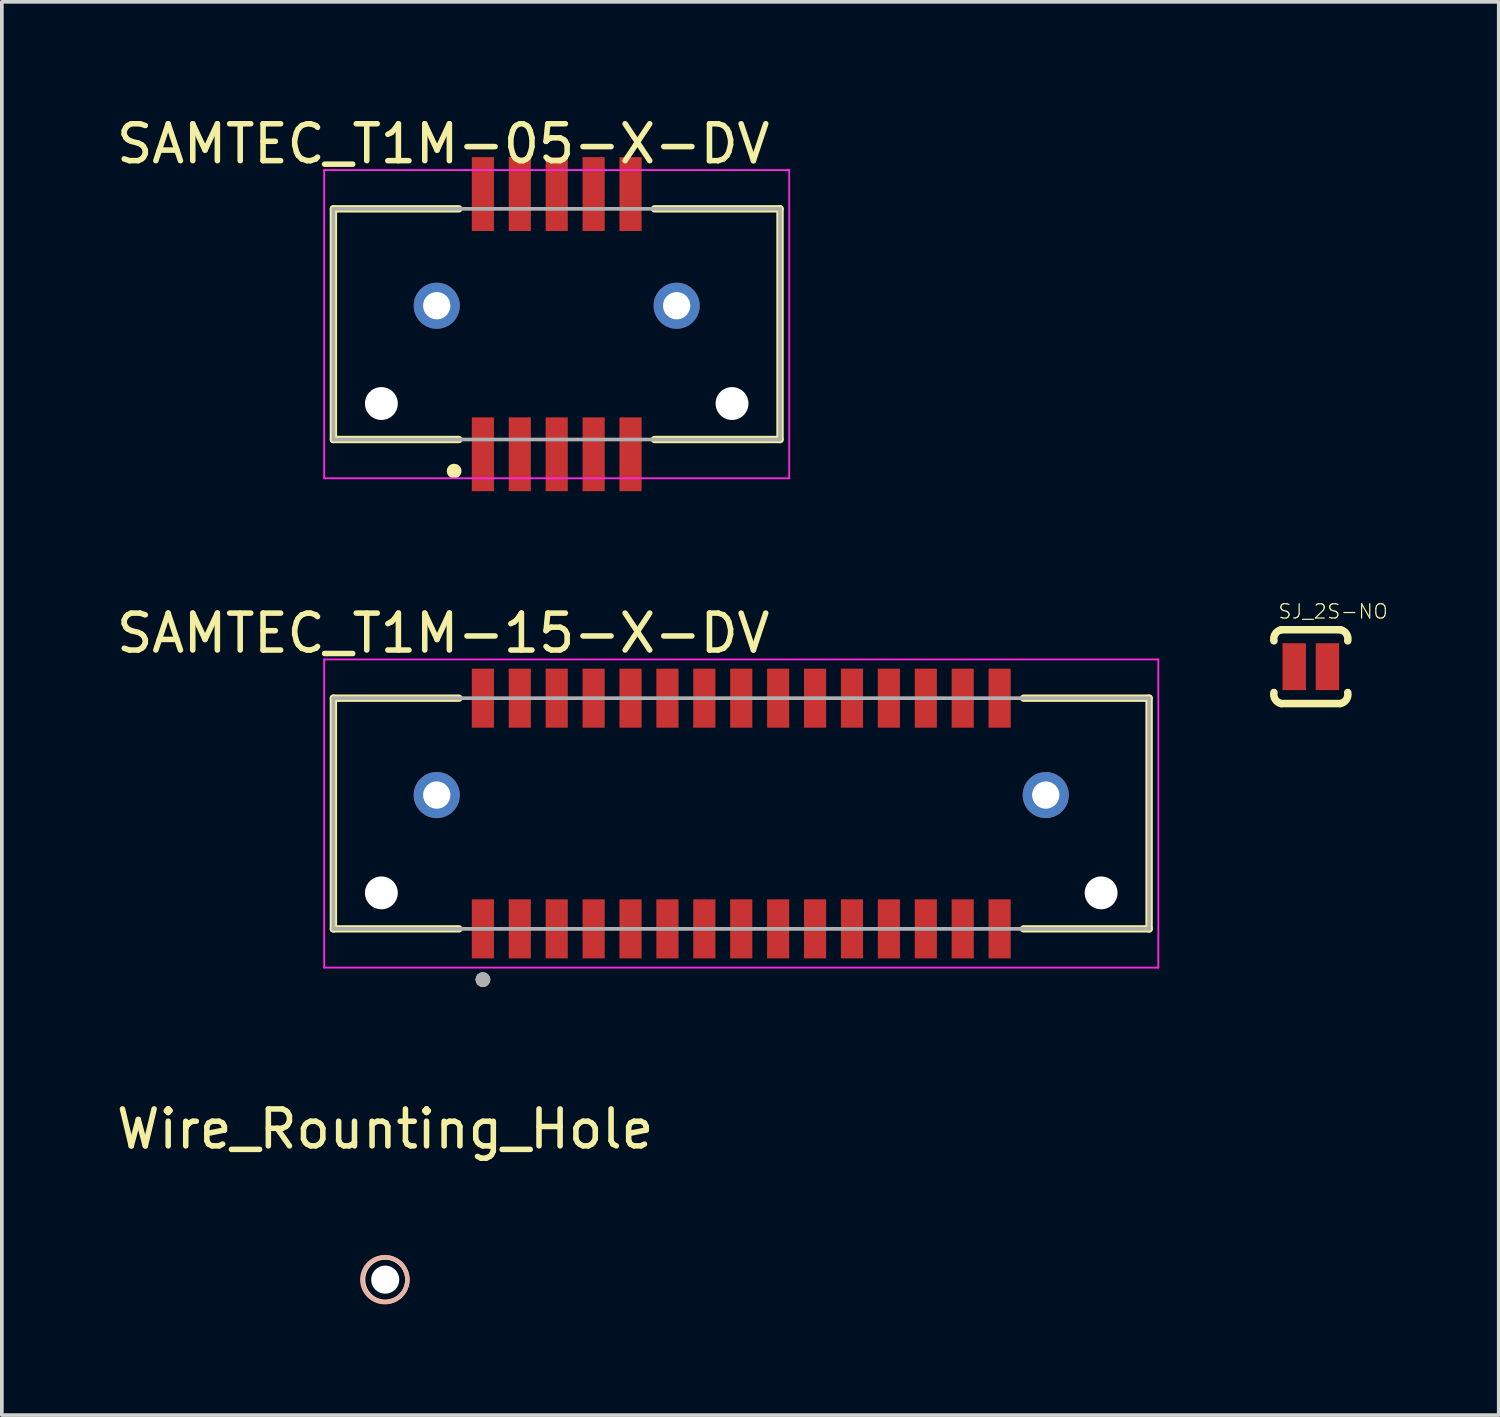
<source format=kicad_pcb>
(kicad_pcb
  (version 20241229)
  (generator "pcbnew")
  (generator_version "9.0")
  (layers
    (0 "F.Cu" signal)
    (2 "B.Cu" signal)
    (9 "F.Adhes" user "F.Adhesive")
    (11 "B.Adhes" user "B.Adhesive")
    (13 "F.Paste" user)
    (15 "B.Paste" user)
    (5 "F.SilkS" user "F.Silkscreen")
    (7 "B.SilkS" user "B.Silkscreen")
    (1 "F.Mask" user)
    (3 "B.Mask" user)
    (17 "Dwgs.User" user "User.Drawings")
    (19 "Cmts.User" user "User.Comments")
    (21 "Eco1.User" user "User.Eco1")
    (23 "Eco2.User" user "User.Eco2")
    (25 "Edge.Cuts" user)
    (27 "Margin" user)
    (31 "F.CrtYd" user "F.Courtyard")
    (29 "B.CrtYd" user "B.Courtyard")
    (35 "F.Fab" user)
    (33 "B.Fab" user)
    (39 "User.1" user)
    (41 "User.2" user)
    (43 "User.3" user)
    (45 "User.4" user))
  (footprint "SAMTEC_T1M-05-X-DV"
    (layer "F.Cu")
    (at 12.033 5.733)
    (property "Reference" "SAMTEC_T1M-05-X-DV" (at -3.075 -4.885 0) (layer "F.SilkS") (effects (font (size 1 1) (thickness 0.15))))
    (attr through_hole)
    (fp_line (start -6.05 -3.125) (end -2.65 -3.125) (stroke (width 0.2) (type solid)) (layer "F.SilkS"))
    (fp_line (start -6.05 3.125) (end -6.05 -3.125) (stroke (width 0.2) (type solid)) (layer "F.SilkS"))
    (fp_line (start -6.05 3.125) (end -2.65 3.125) (stroke (width 0.2) (type solid)) (layer "F.SilkS"))
    (fp_line (start 2.65 -3.125) (end 6.05 -3.125) (stroke (width 0.2) (type solid)) (layer "F.SilkS"))
    (fp_line (start 2.65 3.125) (end 6.05 3.125) (stroke (width 0.2) (type solid)) (layer "F.SilkS"))
    (fp_line (start 6.05 -3.125) (end 6.05 3.125) (stroke (width 0.2) (type solid)) (layer "F.SilkS"))
    (fp_circle (center -2.78 3.98) (end -2.68 3.98) (stroke (width 0.2) (type solid)) (fill no) (layer "F.SilkS"))
    (fp_circle (center -3.25 -0.5) (end -2.875 -0.5) (stroke (width 0.75) (type solid)) (fill no) (layer "F.Paste"))
    (fp_circle (center 3.25 -0.5) (end 3.625 -0.5) (stroke (width 0.75) (type solid)) (fill no) (layer "F.Paste"))
    (fp_line (start -6.3 -4.175) (end -6.3 4.175) (stroke (width 0.05) (type solid)) (layer "F.CrtYd"))
    (fp_line (start -6.3 4.175) (end 6.3 4.175) (stroke (width 0.05) (type solid)) (layer "F.CrtYd"))
    (fp_line (start 6.3 -4.175) (end -6.3 -4.175) (stroke (width 0.05) (type solid)) (layer "F.CrtYd"))
    (fp_line (start 6.3 4.175) (end 6.3 -4.175) (stroke (width 0.05) (type solid)) (layer "F.CrtYd"))
    (fp_line (start -6.05 -3.125) (end 6.05 -3.125) (stroke (width 0.1) (type solid)) (layer "F.Fab"))
    (fp_line (start -6.05 3.125) (end -6.05 -3.125) (stroke (width 0.1) (type solid)) (layer "F.Fab"))
    (fp_line (start 6.05 -3.125) (end 6.05 3.125) (stroke (width 0.1) (type solid)) (layer "F.Fab"))
    (fp_line (start 6.05 3.125) (end -6.05 3.125) (stroke (width 0.1) (type solid)) (layer "F.Fab"))
    (pad "" np_thru_hole circle (at -4.75 2.15) (size 0.89 0.89) (drill 0.89) (layers "*.Cu" "*.Mask"))
    (pad "" np_thru_hole circle (at 4.75 2.15) (size 0.89 0.89) (drill 0.89) (layers "*.Cu" "*.Mask"))
    (pad "1" smd rect (at -2 3.525) (size 0.6 2) (layers "F.Cu" "F.Mask" "F.Paste"))
    (pad "2" smd rect (at -2 -3.525) (size 0.6 2) (layers "F.Cu" "F.Mask" "F.Paste"))
    (pad "3" smd rect (at -1 3.525) (size 0.6 2) (layers "F.Cu" "F.Mask" "F.Paste"))
    (pad "4" smd rect (at -1 -3.525) (size 0.6 2) (layers "F.Cu" "F.Mask" "F.Paste"))
    (pad "5" smd rect (at 0 3.525) (size 0.6 2) (layers "F.Cu" "F.Mask" "F.Paste"))
    (pad "6" smd rect (at 0 -3.525) (size 0.6 2) (layers "F.Cu" "F.Mask" "F.Paste"))
    (pad "7" smd rect (at 1 3.525) (size 0.6 2) (layers "F.Cu" "F.Mask" "F.Paste"))
    (pad "8" smd rect (at 1 -3.525) (size 0.6 2) (layers "F.Cu" "F.Mask" "F.Paste"))
    (pad "9" smd rect (at 2 3.525) (size 0.6 2) (layers "F.Cu" "F.Mask" "F.Paste"))
    (pad "10" smd rect (at 2 -3.525) (size 0.6 2) (layers "F.Cu" "F.Mask" "F.Paste"))
    (pad "S1" thru_hole circle (at -3.25 -0.5) (size 1.248 1.248) (drill 0.74) (layers "*.Cu" "*.Mask"))
    (pad "S2" thru_hole circle (at 3.25 -0.5) (size 1.248 1.248) (drill 0.74) (layers "*.Cu" "*.Mask")))
  (footprint "Wire_Rounting_Hole"
    (layer "F.Cu")
    (at 7.387 31.62)
    (property "Reference" "Wire_Rounting_Hole" (at 0 -4.08 0) (unlocked yes) (layer "F.SilkS") (effects (font (size 1 1) (thickness 0.15))))
    (attr through_hole)
    (fp_circle (center 0 0) (end 0.6 0) (stroke (width 0.12) (type default)) (fill no) (layer "F.SilkS"))
    (fp_circle (center -0.01 0) (end -0.025 -0.61) (stroke (width 0.12) (type default)) (fill no) (layer "B.SilkS"))
    (pad "" np_thru_hole circle (at 0 0) (size 0.762 0.762) (drill 0.762) (layers "*.Cu" "*.Mask")))
  (footprint "SAMTEC_T1M-15-X-DV"
    (layer "F.Cu")
    (at 17.033 18.991)
    (property "Reference" "SAMTEC_T1M-15-X-DV" (at -8.075 -4.885 0) (layer "F.SilkS") (effects (font (size 1 1) (thickness 0.15))))
    (attr through_hole)
    (fp_line (start -11.05 -3.125) (end -7.65 -3.125) (stroke (width 0.2) (type solid)) (layer "F.SilkS"))
    (fp_line (start -11.05 3.125) (end -11.05 -3.125) (stroke (width 0.2) (type solid)) (layer "F.SilkS"))
    (fp_line (start -11.05 3.125) (end -7.65 3.125) (stroke (width 0.2) (type solid)) (layer "F.SilkS"))
    (fp_line (start 7.65 -3.125) (end 11.05 -3.125) (stroke (width 0.2) (type solid)) (layer "F.SilkS"))
    (fp_line (start 7.65 3.125) (end 11.05 3.125) (stroke (width 0.2) (type solid)) (layer "F.SilkS"))
    (fp_line (start 11.05 -3.125) (end 11.05 3.125) (stroke (width 0.2) (type solid)) (layer "F.SilkS"))
    (fp_circle (center -7 4.5) (end -6.9 4.5) (stroke (width 0.2) (type solid)) (fill no) (layer "F.SilkS"))
    (fp_circle (center -8.25 -0.5) (end -7.875 -0.5) (stroke (width 0.75) (type solid)) (fill no) (layer "F.Paste"))
    (fp_circle (center 8.25 -0.5) (end 8.625 -0.5) (stroke (width 0.75) (type solid)) (fill no) (layer "F.Paste"))
    (fp_line (start -11.3 -4.175) (end -11.3 4.175) (stroke (width 0.05) (type solid)) (layer "F.CrtYd"))
    (fp_line (start -11.3 4.175) (end 11.3 4.175) (stroke (width 0.05) (type solid)) (layer "F.CrtYd"))
    (fp_line (start 11.3 -4.175) (end -11.3 -4.175) (stroke (width 0.05) (type solid)) (layer "F.CrtYd"))
    (fp_line (start 11.3 4.175) (end 11.3 -4.175) (stroke (width 0.05) (type solid)) (layer "F.CrtYd"))
    (fp_line (start -11.05 -3.125) (end 11.05 -3.125) (stroke (width 0.1) (type solid)) (layer "F.Fab"))
    (fp_line (start -11.05 3.125) (end -11.05 -3.125) (stroke (width 0.1) (type solid)) (layer "F.Fab"))
    (fp_line (start 11.05 -3.125) (end 11.05 3.125) (stroke (width 0.1) (type solid)) (layer "F.Fab"))
    (fp_line (start 11.05 3.125) (end -11.05 3.125) (stroke (width 0.1) (type solid)) (layer "F.Fab"))
    (fp_circle (center -7 4.5) (end -6.9 4.5) (stroke (width 0.2) (type solid)) (fill no) (layer "F.Fab"))
    (pad "" np_thru_hole circle (at -9.75 2.15) (size 0.89 0.89) (drill 0.89) (layers "*.Cu" "*.Mask"))
    (pad "" np_thru_hole circle (at 9.75 2.15) (size 0.89 0.89) (drill 0.89) (layers "*.Cu" "*.Mask"))
    (pad "1" smd rect (at -7 3.125) (size 0.6 1.6) (layers "F.Cu" "F.Mask" "F.Paste"))
    (pad "2" smd rect (at -7 -3.125) (size 0.6 1.6) (layers "F.Cu" "F.Mask" "F.Paste"))
    (pad "3" smd rect (at -6 3.125) (size 0.6 1.6) (layers "F.Cu" "F.Mask" "F.Paste"))
    (pad "4" smd rect (at -6 -3.125) (size 0.6 1.6) (layers "F.Cu" "F.Mask" "F.Paste"))
    (pad "5" smd rect (at -5 3.125) (size 0.6 1.6) (layers "F.Cu" "F.Mask" "F.Paste"))
    (pad "6" smd rect (at -5 -3.125) (size 0.6 1.6) (layers "F.Cu" "F.Mask" "F.Paste"))
    (pad "7" smd rect (at -4 3.125) (size 0.6 1.6) (layers "F.Cu" "F.Mask" "F.Paste"))
    (pad "8" smd rect (at -4 -3.125) (size 0.6 1.6) (layers "F.Cu" "F.Mask" "F.Paste"))
    (pad "9" smd rect (at -3 3.125) (size 0.6 1.6) (layers "F.Cu" "F.Mask" "F.Paste"))
    (pad "10" smd rect (at -3 -3.125) (size 0.6 1.6) (layers "F.Cu" "F.Mask" "F.Paste"))
    (pad "11" smd rect (at -2 3.125) (size 0.6 1.6) (layers "F.Cu" "F.Mask" "F.Paste"))
    (pad "12" smd rect (at -2 -3.125) (size 0.6 1.6) (layers "F.Cu" "F.Mask" "F.Paste"))
    (pad "13" smd rect (at -1 3.125) (size 0.6 1.6) (layers "F.Cu" "F.Mask" "F.Paste"))
    (pad "14" smd rect (at -1 -3.125) (size 0.6 1.6) (layers "F.Cu" "F.Mask" "F.Paste"))
    (pad "15" smd rect (at 0 3.125) (size 0.6 1.6) (layers "F.Cu" "F.Mask" "F.Paste"))
    (pad "16" smd rect (at 0 -3.125) (size 0.6 1.6) (layers "F.Cu" "F.Mask" "F.Paste"))
    (pad "17" smd rect (at 1 3.125) (size 0.6 1.6) (layers "F.Cu" "F.Mask" "F.Paste"))
    (pad "18" smd rect (at 1 -3.125) (size 0.6 1.6) (layers "F.Cu" "F.Mask" "F.Paste"))
    (pad "19" smd rect (at 2 3.125) (size 0.6 1.6) (layers "F.Cu" "F.Mask" "F.Paste"))
    (pad "20" smd rect (at 2 -3.125) (size 0.6 1.6) (layers "F.Cu" "F.Mask" "F.Paste"))
    (pad "21" smd rect (at 3 3.125) (size 0.6 1.6) (layers "F.Cu" "F.Mask" "F.Paste"))
    (pad "22" smd rect (at 3 -3.125) (size 0.6 1.6) (layers "F.Cu" "F.Mask" "F.Paste"))
    (pad "23" smd rect (at 4 3.125) (size 0.6 1.6) (layers "F.Cu" "F.Mask" "F.Paste"))
    (pad "24" smd rect (at 4 -3.125) (size 0.6 1.6) (layers "F.Cu" "F.Mask" "F.Paste"))
    (pad "25" smd rect (at 5 3.125) (size 0.6 1.6) (layers "F.Cu" "F.Mask" "F.Paste"))
    (pad "26" smd rect (at 5 -3.125) (size 0.6 1.6) (layers "F.Cu" "F.Mask" "F.Paste"))
    (pad "27" smd rect (at 6 3.125) (size 0.6 1.6) (layers "F.Cu" "F.Mask" "F.Paste"))
    (pad "28" smd rect (at 6 -3.125) (size 0.6 1.6) (layers "F.Cu" "F.Mask" "F.Paste"))
    (pad "29" smd rect (at 7 3.125) (size 0.6 1.6) (layers "F.Cu" "F.Mask" "F.Paste"))
    (pad "30" smd rect (at 7 -3.125) (size 0.6 1.6) (layers "F.Cu" "F.Mask" "F.Paste"))
    (pad "S1" thru_hole circle (at -8.25 -0.5) (size 1.248 1.248) (drill 0.74) (layers "*.Cu" "*.Mask"))
    (pad "S2" thru_hole circle (at 8.25 -0.5) (size 1.248 1.248) (drill 0.74) (layers "*.Cu" "*.Mask")))
  (footprint "SJ_2S-NO"
    (layer "F.Cu")
    (at 32.465 15.012)
    (property "Reference" "SJ_2S-NO" (at -0.908 -1.27 0) (layer "F.SilkS") (effects (font (size 0.386 0.386) (thickness 0.033)) (justify left bottom)))
    (attr through_hole)
    (fp_line (start -0.8 -1) (end 0.8 -1) (stroke (width 0.203) (type solid)) (layer "F.SilkS"))
    (fp_line (start 0.8 1) (end -0.8 1) (stroke (width 0.203) (type solid)) (layer "F.SilkS"))
    (fp_arc (start -1 -0.7) (mid -0.962132 -0.891421) (end -0.8 -1) (stroke (width 0.2032) (type solid)) (layer "F.SilkS"))
    (fp_arc (start -0.8 1) (mid -0.962132 0.891421) (end -1 0.7) (stroke (width 0.2032) (type solid)) (layer "F.SilkS"))
    (fp_arc (start 0.8 -1) (mid 0.962132 -0.891421) (end 1 -0.7) (stroke (width 0.2032) (type solid)) (layer "F.SilkS"))
    (fp_arc (start 1 0.7) (mid 0.962132 0.891421) (end 0.8 1) (stroke (width 0.2032) (type solid)) (layer "F.SilkS"))
    (pad "1" smd rect (at -0.45 0) (size 0.635 1.27) (layers "F.Cu" "F.Mask"))
    (pad "2" smd rect (at 0.45 0) (size 0.635 1.27) (layers "F.Cu" "F.Mask")))
  (gr_rect
    (start -3 -3)
    (end 37.556 35.29)
    (stroke (width 0.1) (type default))
    (fill no)
    (layer "Edge.Cuts")))
</source>
